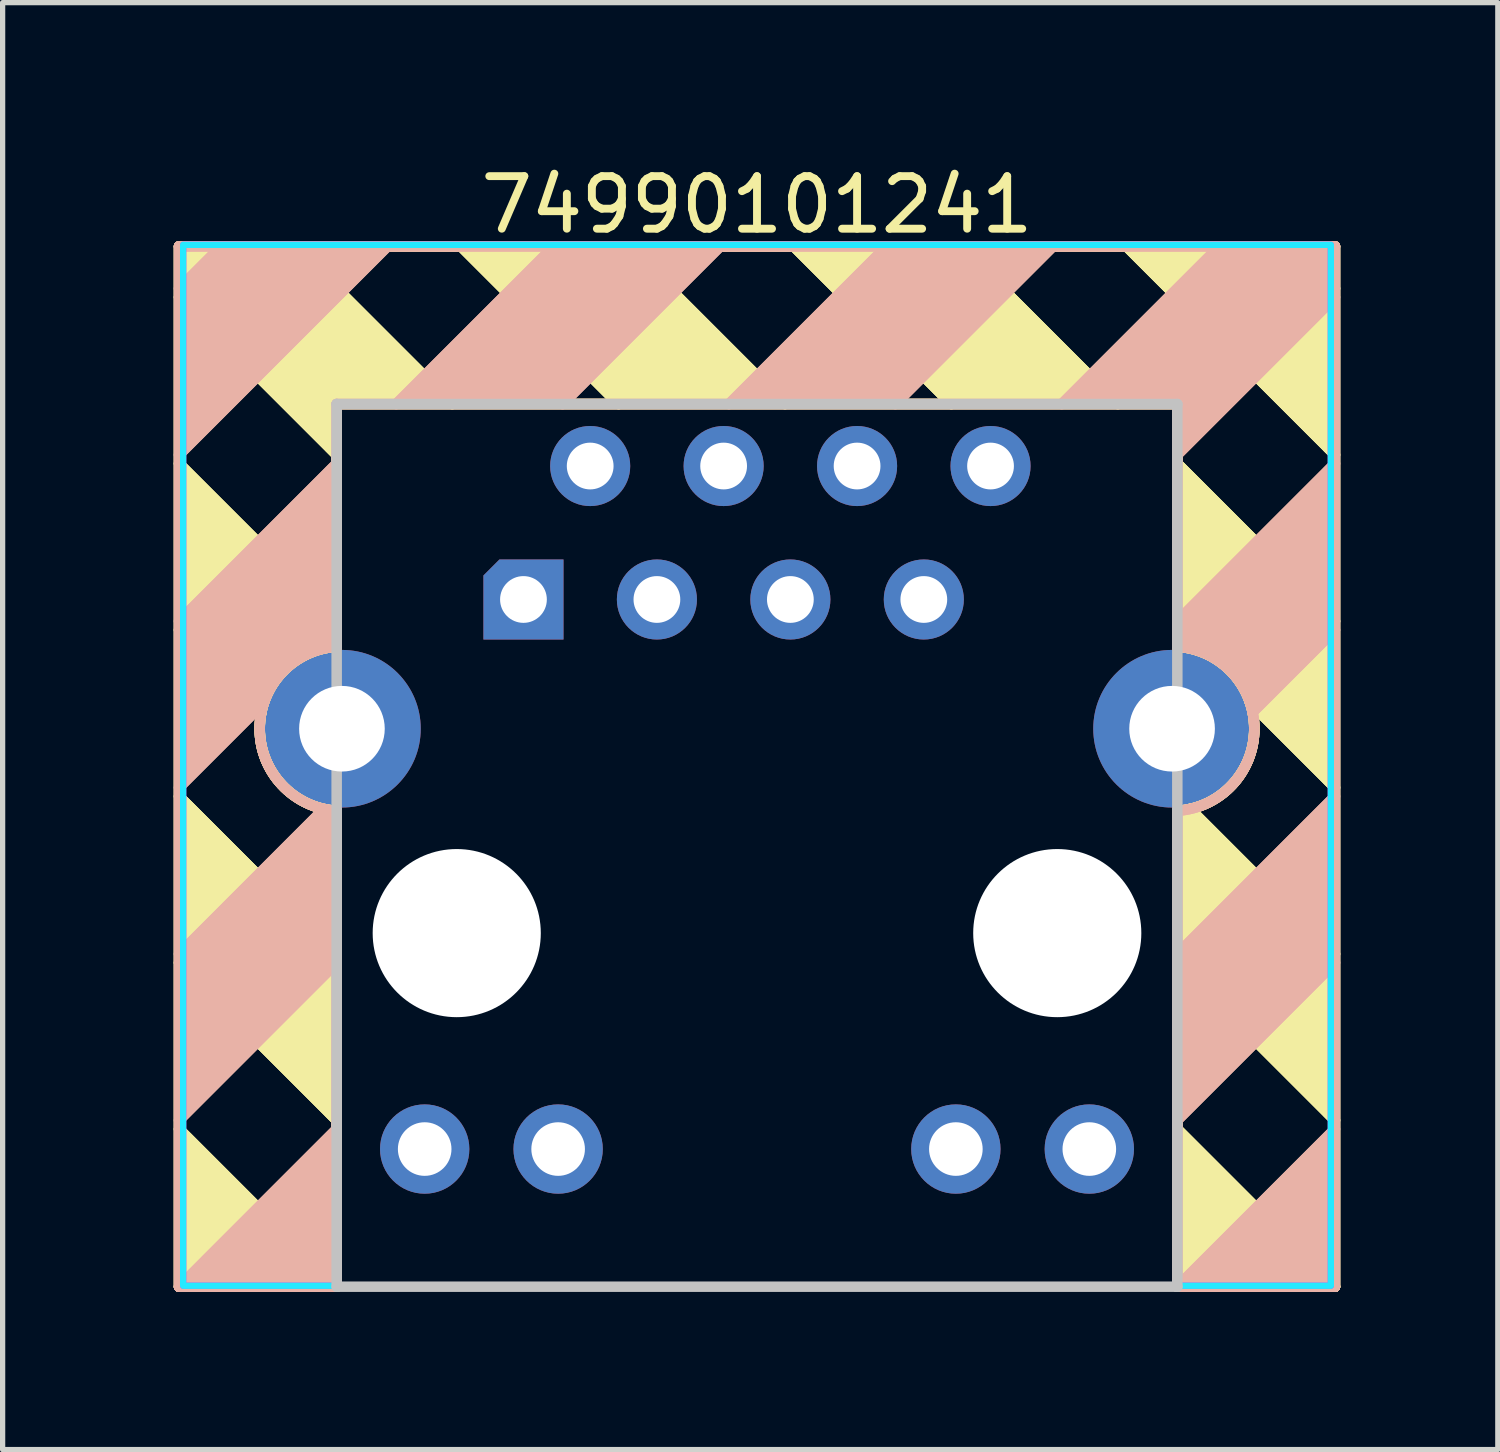
<source format=kicad_pcb>
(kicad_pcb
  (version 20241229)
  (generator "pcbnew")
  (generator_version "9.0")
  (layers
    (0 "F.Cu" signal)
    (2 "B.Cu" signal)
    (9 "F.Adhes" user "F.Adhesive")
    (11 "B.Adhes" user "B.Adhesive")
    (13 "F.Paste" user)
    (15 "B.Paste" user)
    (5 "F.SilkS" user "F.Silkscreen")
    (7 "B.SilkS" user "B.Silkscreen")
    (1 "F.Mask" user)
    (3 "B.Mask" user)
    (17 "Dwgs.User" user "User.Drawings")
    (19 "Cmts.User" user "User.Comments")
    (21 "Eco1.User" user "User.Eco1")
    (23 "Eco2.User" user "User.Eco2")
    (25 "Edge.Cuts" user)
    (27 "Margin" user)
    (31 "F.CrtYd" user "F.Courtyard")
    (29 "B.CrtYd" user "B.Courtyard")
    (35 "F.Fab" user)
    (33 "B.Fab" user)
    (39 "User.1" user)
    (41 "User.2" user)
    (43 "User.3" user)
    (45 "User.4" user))
  (footprint "74990101241"
    (layer "F.Cu")
    (at 0.25 1.532)
    (property "Reference" "74990101241" (at 11.108 -0.684 0) (unlocked yes) (layer "F.SilkS") (effects (font (size 1 1) (thickness 0.15))))
    (attr through_hole)
    (fp_line (start 0.108 0.108) (end 0.108 19.908) (stroke (width 0.2) (type solid)) (layer "F.SilkS"))
    (fp_line (start 0.108 0.108) (end 0.108 19.908) (stroke (width 0.2) (type solid)) (layer "F.SilkS"))
    (fp_line (start 0.108 0.108) (end 0.108 19.908) (stroke (width 0.2) (type solid)) (layer "F.SilkS"))
    (fp_line (start 0.108 1.075) (end 3.108 4.075) (stroke (width 0.2) (type solid)) (layer "F.SilkS"))
    (fp_line (start 0.108 1.075) (end 3.108 4.075) (stroke (width 0.2) (type solid)) (layer "F.SilkS"))
    (fp_line (start 0.108 1.075) (end 3.108 4.075) (stroke (width 0.2) (type solid)) (layer "F.SilkS"))
    (fp_line (start 0.108 7.408) (end 1.675 8.975) (stroke (width 0.2) (type solid)) (layer "F.SilkS"))
    (fp_line (start 0.108 7.408) (end 1.675 8.975) (stroke (width 0.2) (type solid)) (layer "F.SilkS"))
    (fp_line (start 0.108 7.408) (end 1.675 8.975) (stroke (width 0.2) (type solid)) (layer "F.SilkS"))
    (fp_line (start 0.108 19.908) (end 3.108 19.908) (stroke (width 0.2) (type solid)) (layer "F.SilkS"))
    (fp_line (start 0.108 19.908) (end 3.108 19.908) (stroke (width 0.2) (type solid)) (layer "F.SilkS"))
    (fp_line (start 0.108 19.908) (end 3.108 19.908) (stroke (width 0.2) (type solid)) (layer "F.SilkS"))
    (fp_line (start 2.308 0.108) (end 5.308 3.108) (stroke (width 0.2) (type solid)) (layer "F.SilkS"))
    (fp_line (start 2.308 0.108) (end 5.308 3.108) (stroke (width 0.2) (type solid)) (layer "F.SilkS"))
    (fp_line (start 2.308 0.108) (end 5.308 3.108) (stroke (width 0.2) (type solid)) (layer "F.SilkS"))
    (fp_line (start 3.108 3.108) (end 19.108 3.108) (stroke (width 0.2) (type solid)) (layer "F.SilkS"))
    (fp_line (start 3.108 3.108) (end 19.108 3.108) (stroke (width 0.2) (type solid)) (layer "F.SilkS"))
    (fp_line (start 3.108 3.108) (end 19.108 3.108) (stroke (width 0.2) (type solid)) (layer "F.SilkS"))
    (fp_line (start 3.108 7.241) (end 0.108 4.241) (stroke (width 0.2) (type solid)) (layer "F.SilkS"))
    (fp_line (start 3.108 7.241) (end 0.108 4.241) (stroke (width 0.2) (type solid)) (layer "F.SilkS"))
    (fp_line (start 3.108 7.241) (end 0.108 4.241) (stroke (width 0.2) (type solid)) (layer "F.SilkS"))
    (fp_line (start 3.108 7.726) (end 3.108 3.108) (stroke (width 0.2) (type solid)) (layer "F.SilkS"))
    (fp_line (start 3.108 7.726) (end 3.108 3.108) (stroke (width 0.2) (type solid)) (layer "F.SilkS"))
    (fp_line (start 3.108 7.726) (end 3.108 3.108) (stroke (width 0.2) (type solid)) (layer "F.SilkS"))
    (fp_line (start 3.108 13.575) (end 0.108 10.575) (stroke (width 0.2) (type solid)) (layer "F.SilkS"))
    (fp_line (start 3.108 13.575) (end 0.108 10.575) (stroke (width 0.2) (type solid)) (layer "F.SilkS"))
    (fp_line (start 3.108 13.575) (end 0.108 10.575) (stroke (width 0.2) (type solid)) (layer "F.SilkS"))
    (fp_line (start 3.108 16.741) (end 0.108 13.741) (stroke (width 0.2) (type solid)) (layer "F.SilkS"))
    (fp_line (start 3.108 16.741) (end 0.108 13.741) (stroke (width 0.2) (type solid)) (layer "F.SilkS"))
    (fp_line (start 3.108 16.741) (end 0.108 13.741) (stroke (width 0.2) (type solid)) (layer "F.SilkS"))
    (fp_line (start 3.108 19.908) (end 0.108 16.908) (stroke (width 0.2) (type solid)) (layer "F.SilkS"))
    (fp_line (start 3.108 19.908) (end 0.108 16.908) (stroke (width 0.2) (type solid)) (layer "F.SilkS"))
    (fp_line (start 3.108 19.908) (end 0.108 16.908) (stroke (width 0.2) (type solid)) (layer "F.SilkS"))
    (fp_line (start 3.108 19.908) (end 3.108 10.85) (stroke (width 0.2) (type solid)) (layer "F.SilkS"))
    (fp_line (start 3.108 19.908) (end 3.108 10.85) (stroke (width 0.2) (type solid)) (layer "F.SilkS"))
    (fp_line (start 3.108 19.908) (end 3.108 10.85) (stroke (width 0.2) (type solid)) (layer "F.SilkS"))
    (fp_line (start 8.475 3.108) (end 5.475 0.108) (stroke (width 0.2) (type solid)) (layer "F.SilkS"))
    (fp_line (start 8.475 3.108) (end 5.475 0.108) (stroke (width 0.2) (type solid)) (layer "F.SilkS"))
    (fp_line (start 8.475 3.108) (end 5.475 0.108) (stroke (width 0.2) (type solid)) (layer "F.SilkS"))
    (fp_line (start 11.641 3.108) (end 8.641 0.108) (stroke (width 0.2) (type solid)) (layer "F.SilkS"))
    (fp_line (start 11.641 3.108) (end 8.641 0.108) (stroke (width 0.2) (type solid)) (layer "F.SilkS"))
    (fp_line (start 11.641 3.108) (end 8.641 0.108) (stroke (width 0.2) (type solid)) (layer "F.SilkS"))
    (fp_line (start 14.808 3.108) (end 11.808 0.108) (stroke (width 0.2) (type solid)) (layer "F.SilkS"))
    (fp_line (start 14.808 3.108) (end 11.808 0.108) (stroke (width 0.2) (type solid)) (layer "F.SilkS"))
    (fp_line (start 14.808 3.108) (end 11.808 0.108) (stroke (width 0.2) (type solid)) (layer "F.SilkS"))
    (fp_line (start 14.975 0.108) (end 17.975 3.108) (stroke (width 0.2) (type solid)) (layer "F.SilkS"))
    (fp_line (start 14.975 0.108) (end 17.975 3.108) (stroke (width 0.2) (type solid)) (layer "F.SilkS"))
    (fp_line (start 14.975 0.108) (end 17.975 3.108) (stroke (width 0.2) (type solid)) (layer "F.SilkS"))
    (fp_line (start 19.108 3.108) (end 19.108 7.726) (stroke (width 0.2) (type solid)) (layer "F.SilkS"))
    (fp_line (start 19.108 3.108) (end 19.108 7.726) (stroke (width 0.2) (type solid)) (layer "F.SilkS"))
    (fp_line (start 19.108 3.108) (end 19.108 7.726) (stroke (width 0.2) (type solid)) (layer "F.SilkS"))
    (fp_line (start 19.108 7.408) (end 19.504 7.804) (stroke (width 0.2) (type solid)) (layer "F.SilkS"))
    (fp_line (start 19.108 7.408) (end 19.504 7.804) (stroke (width 0.2) (type solid)) (layer "F.SilkS"))
    (fp_line (start 19.108 7.408) (end 19.504 7.804) (stroke (width 0.2) (type solid)) (layer "F.SilkS"))
    (fp_line (start 19.108 10.85) (end 19.108 19.908) (stroke (width 0.2) (type solid)) (layer "F.SilkS"))
    (fp_line (start 19.108 10.85) (end 19.108 19.908) (stroke (width 0.2) (type solid)) (layer "F.SilkS"))
    (fp_line (start 19.108 10.85) (end 19.108 19.908) (stroke (width 0.2) (type solid)) (layer "F.SilkS"))
    (fp_line (start 20.492 8.792) (end 22.108 10.408) (stroke (width 0.2) (type solid)) (layer "F.SilkS"))
    (fp_line (start 20.492 8.792) (end 22.108 10.408) (stroke (width 0.2) (type solid)) (layer "F.SilkS"))
    (fp_line (start 20.492 8.792) (end 22.108 10.408) (stroke (width 0.2) (type solid)) (layer "F.SilkS"))
    (fp_line (start 22.108 0.108) (end 0.108 0.108) (stroke (width 0.2) (type solid)) (layer "F.SilkS"))
    (fp_line (start 22.108 0.108) (end 0.108 0.108) (stroke (width 0.2) (type solid)) (layer "F.SilkS"))
    (fp_line (start 22.108 0.108) (end 0.108 0.108) (stroke (width 0.2) (type solid)) (layer "F.SilkS"))
    (fp_line (start 22.108 0.908) (end 21.308 0.108) (stroke (width 0.2) (type solid)) (layer "F.SilkS"))
    (fp_line (start 22.108 0.908) (end 21.308 0.108) (stroke (width 0.2) (type solid)) (layer "F.SilkS"))
    (fp_line (start 22.108 0.908) (end 21.308 0.108) (stroke (width 0.2) (type solid)) (layer "F.SilkS"))
    (fp_line (start 22.108 4.075) (end 18.141 0.108) (stroke (width 0.2) (type solid)) (layer "F.SilkS"))
    (fp_line (start 22.108 4.075) (end 18.141 0.108) (stroke (width 0.2) (type solid)) (layer "F.SilkS"))
    (fp_line (start 22.108 4.075) (end 18.141 0.108) (stroke (width 0.2) (type solid)) (layer "F.SilkS"))
    (fp_line (start 22.108 7.241) (end 19.108 4.241) (stroke (width 0.2) (type solid)) (layer "F.SilkS"))
    (fp_line (start 22.108 7.241) (end 19.108 4.241) (stroke (width 0.2) (type solid)) (layer "F.SilkS"))
    (fp_line (start 22.108 7.241) (end 19.108 4.241) (stroke (width 0.2) (type solid)) (layer "F.SilkS"))
    (fp_line (start 22.108 13.575) (end 19.349 10.815) (stroke (width 0.2) (type solid)) (layer "F.SilkS"))
    (fp_line (start 22.108 13.575) (end 19.349 10.815) (stroke (width 0.2) (type solid)) (layer "F.SilkS"))
    (fp_line (start 22.108 13.575) (end 19.349 10.815) (stroke (width 0.2) (type solid)) (layer "F.SilkS"))
    (fp_line (start 22.108 16.741) (end 19.108 13.741) (stroke (width 0.2) (type solid)) (layer "F.SilkS"))
    (fp_line (start 22.108 16.741) (end 19.108 13.741) (stroke (width 0.2) (type solid)) (layer "F.SilkS"))
    (fp_line (start 22.108 16.741) (end 19.108 13.741) (stroke (width 0.2) (type solid)) (layer "F.SilkS"))
    (fp_line (start 22.108 19.908) (end 19.108 16.908) (stroke (width 0.2) (type solid)) (layer "F.SilkS"))
    (fp_line (start 22.108 19.908) (end 19.108 16.908) (stroke (width 0.2) (type solid)) (layer "F.SilkS"))
    (fp_line (start 22.108 19.908) (end 19.108 16.908) (stroke (width 0.2) (type solid)) (layer "F.SilkS"))
    (fp_line (start 22.108 19.908) (end 19.108 19.908) (stroke (width 0.2) (type solid)) (layer "F.SilkS"))
    (fp_line (start 22.108 19.908) (end 19.108 19.908) (stroke (width 0.2) (type solid)) (layer "F.SilkS"))
    (fp_line (start 22.108 19.908) (end 19.108 19.908) (stroke (width 0.2) (type solid)) (layer "F.SilkS"))
    (fp_line (start 22.108 19.908) (end 22.108 0.108) (stroke (width 0.2) (type solid)) (layer "F.SilkS"))
    (fp_line (start 22.108 19.908) (end 22.108 0.108) (stroke (width 0.2) (type solid)) (layer "F.SilkS"))
    (fp_line (start 22.108 19.908) (end 22.108 0.108) (stroke (width 0.2) (type solid)) (layer "F.SilkS"))
    (fp_arc (start 3.107999 10.849802) (mid 1.643 9.288) (end 3.107999 7.726198) (stroke (width 0.2) (type solid)) (layer "F.SilkS"))
    (fp_arc (start 3.107999 10.849802) (mid 1.643 9.288) (end 3.107999 7.726198) (stroke (width 0.2) (type solid)) (layer "F.SilkS"))
    (fp_arc (start 3.107999 10.849802) (mid 1.643 9.288) (end 3.107999 7.726198) (stroke (width 0.2) (type solid)) (layer "F.SilkS"))
    (fp_arc (start 19.108001 7.726198) (mid 20.573 9.288) (end 19.108001 10.849802) (stroke (width 0.2) (type solid)) (layer "F.SilkS"))
    (fp_arc (start 19.108001 7.726198) (mid 20.573 9.288) (end 19.108001 10.849802) (stroke (width 0.2) (type solid)) (layer "F.SilkS"))
    (fp_arc (start 19.108001 7.726198) (mid 20.573 9.288) (end 19.108001 10.849802) (stroke (width 0.2) (type solid)) (layer "F.SilkS"))
    (fp_poly (pts (xy 3.108 19.908) (xy 0.108 16.908) (xy 0.108 19.908)) (stroke (width 0.12) (type solid)) (fill yes) (layer "F.SilkS"))
    (fp_poly (pts (xy 22.108 19.908) (xy 19.108 16.908) (xy 19.108 19.908)) (stroke (width 0.12) (type solid)) (fill yes) (layer "F.SilkS"))
    (fp_poly (pts (xy 3.108 16.741) (xy 0.108 13.741) (xy 0.108 10.575) (xy 3.108 13.575)) (stroke (width 0.12) (type solid)) (fill yes) (layer "F.SilkS"))
    (fp_poly (pts (xy 8.475 3.108) (xy 5.475 0.108) (xy 8.641 0.108) (xy 11.641 3.108)) (stroke (width 0.12) (type solid)) (fill yes) (layer "F.SilkS"))
    (fp_poly (pts (xy 11.808 0.108) (xy 14.975 0.108) (xy 17.975 3.108) (xy 14.808 3.108)) (stroke (width 0.12) (type solid)) (fill yes) (layer "F.SilkS"))
    (fp_poly (pts (xy 18.141 0.108) (xy 22.108 4.075) (xy 22.108 0.908) (xy 21.308 0.108)) (stroke (width 0.12) (type solid)) (fill yes) (layer "F.SilkS"))
    (fp_poly (pts (xy 22.108 13.575) (xy 19.349 10.815) (xy 19.108 10.85) (xy 19.108 13.741) (xy 22.108 16.741)) (stroke (width 0.12) (type solid)) (fill yes) (layer "F.SilkS"))
    (fp_poly (pts (xy 3.108 4.075) (xy 0.108 1.075) (xy 0.108 0.108) (xy 2.308 0.108) (xy 5.308 3.108) (xy 3.108 3.108)) (stroke (width 0.12) (type solid)) (fill yes) (layer "F.SilkS"))
    (fp_poly (pts (xy 1.675 8.975) (xy 0.108 7.408) (xy 0.108 4.241) (xy 3.108 7.241) (xy 3.108 7.726) (xy 2.669 7.798) (xy 2.227 8.057) (xy 1.92 8.38)) (stroke (width 0.12) (type solid)) (fill yes) (layer "F.SilkS"))
    (fp_poly (pts (xy 19.108 4.241) (xy 22.108 7.241) (xy 22.108 10.408) (xy 20.492 8.792) (xy 20.312 8.4) (xy 20.005 8.101) (xy 19.714 7.899) (xy 19.358 7.77) (xy 19.108 7.726)) (stroke (width 0.12) (type solid)) (fill yes) (layer "F.SilkS"))
    (fp_line (start 0.108 0.108) (end 22.108 0.108) (stroke (width 0.2) (type solid)) (layer "B.SilkS"))
    (fp_line (start 0.108 0.108) (end 22.108 0.108) (stroke (width 0.2) (type solid)) (layer "B.SilkS"))
    (fp_line (start 0.108 0.908) (end 0.908 0.108) (stroke (width 0.2) (type solid)) (layer "B.SilkS"))
    (fp_line (start 0.108 0.908) (end 0.908 0.108) (stroke (width 0.2) (type solid)) (layer "B.SilkS"))
    (fp_line (start 0.108 4.075) (end 4.075 0.108) (stroke (width 0.2) (type solid)) (layer "B.SilkS"))
    (fp_line (start 0.108 4.075) (end 4.075 0.108) (stroke (width 0.2) (type solid)) (layer "B.SilkS"))
    (fp_line (start 0.108 7.241) (end 3.108 4.241) (stroke (width 0.2) (type solid)) (layer "B.SilkS"))
    (fp_line (start 0.108 7.241) (end 3.108 4.241) (stroke (width 0.2) (type solid)) (layer "B.SilkS"))
    (fp_line (start 0.108 13.575) (end 2.867 10.815) (stroke (width 0.2) (type solid)) (layer "B.SilkS"))
    (fp_line (start 0.108 13.575) (end 2.867 10.815) (stroke (width 0.2) (type solid)) (layer "B.SilkS"))
    (fp_line (start 0.108 16.741) (end 3.108 13.741) (stroke (width 0.2) (type solid)) (layer "B.SilkS"))
    (fp_line (start 0.108 16.741) (end 3.108 13.741) (stroke (width 0.2) (type solid)) (layer "B.SilkS"))
    (fp_line (start 0.108 19.908) (end 0.108 0.108) (stroke (width 0.2) (type solid)) (layer "B.SilkS"))
    (fp_line (start 0.108 19.908) (end 0.108 0.108) (stroke (width 0.2) (type solid)) (layer "B.SilkS"))
    (fp_line (start 0.108 19.908) (end 3.108 16.908) (stroke (width 0.2) (type solid)) (layer "B.SilkS"))
    (fp_line (start 0.108 19.908) (end 3.108 16.908) (stroke (width 0.2) (type solid)) (layer "B.SilkS"))
    (fp_line (start 0.108 19.908) (end 3.108 19.908) (stroke (width 0.2) (type solid)) (layer "B.SilkS"))
    (fp_line (start 0.108 19.908) (end 3.108 19.908) (stroke (width 0.2) (type solid)) (layer "B.SilkS"))
    (fp_line (start 1.724 8.792) (end 0.108 10.408) (stroke (width 0.2) (type solid)) (layer "B.SilkS"))
    (fp_line (start 1.724 8.792) (end 0.108 10.408) (stroke (width 0.2) (type solid)) (layer "B.SilkS"))
    (fp_line (start 3.108 3.108) (end 3.108 7.726) (stroke (width 0.2) (type solid)) (layer "B.SilkS"))
    (fp_line (start 3.108 3.108) (end 3.108 7.726) (stroke (width 0.2) (type solid)) (layer "B.SilkS"))
    (fp_line (start 3.108 7.408) (end 2.712 7.804) (stroke (width 0.2) (type solid)) (layer "B.SilkS"))
    (fp_line (start 3.108 7.408) (end 2.712 7.804) (stroke (width 0.2) (type solid)) (layer "B.SilkS"))
    (fp_line (start 3.108 10.85) (end 3.108 19.908) (stroke (width 0.2) (type solid)) (layer "B.SilkS"))
    (fp_line (start 3.108 10.85) (end 3.108 19.908) (stroke (width 0.2) (type solid)) (layer "B.SilkS"))
    (fp_line (start 7.241 0.108) (end 4.241 3.108) (stroke (width 0.2) (type solid)) (layer "B.SilkS"))
    (fp_line (start 7.241 0.108) (end 4.241 3.108) (stroke (width 0.2) (type solid)) (layer "B.SilkS"))
    (fp_line (start 7.408 3.108) (end 10.408 0.108) (stroke (width 0.2) (type solid)) (layer "B.SilkS"))
    (fp_line (start 7.408 3.108) (end 10.408 0.108) (stroke (width 0.2) (type solid)) (layer "B.SilkS"))
    (fp_line (start 10.575 3.108) (end 13.575 0.108) (stroke (width 0.2) (type solid)) (layer "B.SilkS"))
    (fp_line (start 10.575 3.108) (end 13.575 0.108) (stroke (width 0.2) (type solid)) (layer "B.SilkS"))
    (fp_line (start 13.741 3.108) (end 16.741 0.108) (stroke (width 0.2) (type solid)) (layer "B.SilkS"))
    (fp_line (start 13.741 3.108) (end 16.741 0.108) (stroke (width 0.2) (type solid)) (layer "B.SilkS"))
    (fp_line (start 19.108 3.108) (end 3.108 3.108) (stroke (width 0.2) (type solid)) (layer "B.SilkS"))
    (fp_line (start 19.108 3.108) (end 3.108 3.108) (stroke (width 0.2) (type solid)) (layer "B.SilkS"))
    (fp_line (start 19.108 7.241) (end 22.108 4.241) (stroke (width 0.2) (type solid)) (layer "B.SilkS"))
    (fp_line (start 19.108 7.241) (end 22.108 4.241) (stroke (width 0.2) (type solid)) (layer "B.SilkS"))
    (fp_line (start 19.108 7.726) (end 19.108 3.108) (stroke (width 0.2) (type solid)) (layer "B.SilkS"))
    (fp_line (start 19.108 7.726) (end 19.108 3.108) (stroke (width 0.2) (type solid)) (layer "B.SilkS"))
    (fp_line (start 19.108 13.575) (end 22.108 10.575) (stroke (width 0.2) (type solid)) (layer "B.SilkS"))
    (fp_line (start 19.108 13.575) (end 22.108 10.575) (stroke (width 0.2) (type solid)) (layer "B.SilkS"))
    (fp_line (start 19.108 16.741) (end 22.108 13.741) (stroke (width 0.2) (type solid)) (layer "B.SilkS"))
    (fp_line (start 19.108 16.741) (end 22.108 13.741) (stroke (width 0.2) (type solid)) (layer "B.SilkS"))
    (fp_line (start 19.108 19.908) (end 19.108 10.85) (stroke (width 0.2) (type solid)) (layer "B.SilkS"))
    (fp_line (start 19.108 19.908) (end 19.108 10.85) (stroke (width 0.2) (type solid)) (layer "B.SilkS"))
    (fp_line (start 19.108 19.908) (end 22.108 16.908) (stroke (width 0.2) (type solid)) (layer "B.SilkS"))
    (fp_line (start 19.108 19.908) (end 22.108 16.908) (stroke (width 0.2) (type solid)) (layer "B.SilkS"))
    (fp_line (start 19.908 0.108) (end 16.908 3.108) (stroke (width 0.2) (type solid)) (layer "B.SilkS"))
    (fp_line (start 19.908 0.108) (end 16.908 3.108) (stroke (width 0.2) (type solid)) (layer "B.SilkS"))
    (fp_line (start 22.108 0.108) (end 22.108 19.908) (stroke (width 0.2) (type solid)) (layer "B.SilkS"))
    (fp_line (start 22.108 0.108) (end 22.108 19.908) (stroke (width 0.2) (type solid)) (layer "B.SilkS"))
    (fp_line (start 22.108 1.075) (end 19.108 4.075) (stroke (width 0.2) (type solid)) (layer "B.SilkS"))
    (fp_line (start 22.108 1.075) (end 19.108 4.075) (stroke (width 0.2) (type solid)) (layer "B.SilkS"))
    (fp_line (start 22.108 7.408) (end 20.541 8.975) (stroke (width 0.2) (type solid)) (layer "B.SilkS"))
    (fp_line (start 22.108 7.408) (end 20.541 8.975) (stroke (width 0.2) (type solid)) (layer "B.SilkS"))
    (fp_line (start 22.108 19.908) (end 19.108 19.908) (stroke (width 0.2) (type solid)) (layer "B.SilkS"))
    (fp_line (start 22.108 19.908) (end 19.108 19.908) (stroke (width 0.2) (type solid)) (layer "B.SilkS"))
    (fp_arc (start 3.107999 10.849802) (mid 1.643 9.288) (end 3.107999 7.726198) (stroke (width 0.2) (type solid)) (layer "B.SilkS"))
    (fp_arc (start 3.107999 10.849802) (mid 1.643 9.288) (end 3.107999 7.726198) (stroke (width 0.2) (type solid)) (layer "B.SilkS"))
    (fp_arc (start 19.108001 7.726198) (mid 20.573 9.288) (end 19.108001 10.849802) (stroke (width 0.2) (type solid)) (layer "B.SilkS"))
    (fp_arc (start 19.108001 7.726198) (mid 20.573 9.288) (end 19.108001 10.849802) (stroke (width 0.2) (type solid)) (layer "B.SilkS"))
    (fp_poly (pts (xy 0.108 19.908) (xy 3.108 16.908) (xy 3.108 19.908)) (stroke (width 0.12) (type solid)) (fill yes) (layer "B.SilkS"))
    (fp_poly (pts (xy 19.108 19.908) (xy 22.108 16.908) (xy 22.108 19.908)) (stroke (width 0.12) (type solid)) (fill yes) (layer "B.SilkS"))
    (fp_poly (pts (xy 4.075 0.108) (xy 0.108 4.075) (xy 0.108 0.908) (xy 0.908 0.108)) (stroke (width 0.12) (type solid)) (fill yes) (layer "B.SilkS"))
    (fp_poly (pts (xy 10.408 0.108) (xy 7.241 0.108) (xy 4.241 3.108) (xy 7.408 3.108)) (stroke (width 0.12) (type solid)) (fill yes) (layer "B.SilkS"))
    (fp_poly (pts (xy 13.741 3.108) (xy 16.741 0.108) (xy 13.575 0.108) (xy 10.575 3.108)) (stroke (width 0.12) (type solid)) (fill yes) (layer "B.SilkS"))
    (fp_poly (pts (xy 19.108 16.741) (xy 22.108 13.741) (xy 22.108 10.575) (xy 19.108 13.575)) (stroke (width 0.12) (type solid)) (fill yes) (layer "B.SilkS"))
    (fp_poly (pts (xy 0.108 13.575) (xy 2.867 10.815) (xy 3.108 10.85) (xy 3.108 13.741) (xy 0.108 16.741)) (stroke (width 0.12) (type solid)) (fill yes) (layer "B.SilkS"))
    (fp_poly (pts (xy 19.108 4.075) (xy 22.108 1.075) (xy 22.108 0.108) (xy 19.908 0.108) (xy 16.908 3.108) (xy 19.108 3.108)) (stroke (width 0.12) (type solid)) (fill yes) (layer "B.SilkS"))
    (fp_poly (pts (xy 20.541 8.975) (xy 22.108 7.408) (xy 22.108 4.241) (xy 19.108 7.241) (xy 19.108 7.726) (xy 19.547 7.798) (xy 19.989 8.057) (xy 20.296 8.38)) (stroke (width 0.12) (type solid)) (fill yes) (layer "B.SilkS"))
    (fp_poly (pts (xy 3.108 4.241) (xy 0.108 7.241) (xy 0.108 10.408) (xy 1.724 8.792) (xy 1.904 8.4) (xy 2.211 8.101) (xy 2.502 7.899) (xy 2.858 7.77) (xy 3.108 7.726)) (stroke (width 0.12) (type solid)) (fill yes) (layer "B.SilkS"))
    (fp_line (start 3.108 3.108) (end 19.108 3.108) (stroke (width 0.2) (type solid)) (layer "Dwgs.User"))
    (fp_line (start 3.108 19.908) (end 3.108 3.108) (stroke (width 0.2) (type solid)) (layer "Dwgs.User"))
    (fp_line (start 19.108 3.108) (end 19.108 19.908) (stroke (width 0.2) (type solid)) (layer "Dwgs.User"))
    (fp_line (start 19.108 19.908) (end 3.108 19.908) (stroke (width 0.2) (type solid)) (layer "Dwgs.User"))
    (fp_rect (start 0.186 0.078) (end 22.03 19.89) (stroke (width 0.12) (type default)) (fill no) (layer "B.CrtYd"))
    (fp_rect (start 0.186 0.078) (end 22.03 19.89) (stroke (width 0.12) (type default)) (fill no) (layer "F.CrtYd"))
    (pad "" np_thru_hole circle (at 5.393 13.178) (size 3.2 3.2) (drill 3.2) (layers "*.Cu" "*.Mask"))
    (pad "" np_thru_hole circle (at 16.823 13.178) (size 3.2 3.2) (drill 3.2) (layers "*.Cu" "*.Mask"))
    (pad "1" thru_hole roundrect (at 6.663 6.828) (size 1.524 1.524) (drill 0.89) (layers "*.Cu" "*.Mask") (remove_unused_layers yes) (keep_end_layers yes) (zone_layer_connections) (roundrect_rratio 0) (chamfer_ratio 0.2) (chamfer top_left))
    (pad "2" thru_hole circle (at 7.933 4.288) (size 1.524 1.524) (drill 0.89) (layers "*.Cu" "*.Mask") (remove_unused_layers yes) (keep_end_layers yes) (zone_layer_connections))
    (pad "3" thru_hole circle (at 9.203 6.828) (size 1.524 1.524) (drill 0.89) (layers "*.Cu" "*.Mask") (remove_unused_layers yes) (keep_end_layers yes) (zone_layer_connections))
    (pad "4" thru_hole circle (at 10.473 4.288) (size 1.524 1.524) (drill 0.89) (layers "*.Cu" "*.Mask") (remove_unused_layers yes) (keep_end_layers yes) (zone_layer_connections))
    (pad "5" thru_hole circle (at 11.743 6.828) (size 1.524 1.524) (drill 0.89) (layers "*.Cu" "*.Mask") (remove_unused_layers yes) (keep_end_layers yes) (zone_layer_connections))
    (pad "6" thru_hole circle (at 13.013 4.288) (size 1.524 1.524) (drill 0.89) (layers "*.Cu" "*.Mask") (remove_unused_layers yes) (keep_end_layers yes) (zone_layer_connections))
    (pad "7" thru_hole circle (at 14.283 6.828) (size 1.524 1.524) (drill 0.89) (layers "*.Cu" "*.Mask") (remove_unused_layers yes) (keep_end_layers yes) (zone_layer_connections))
    (pad "8" thru_hole circle (at 15.553 4.288) (size 1.524 1.524) (drill 0.89) (layers "*.Cu" "*.Mask") (remove_unused_layers yes) (keep_end_layers yes) (zone_layer_connections))
    (pad "9" thru_hole circle (at 4.783 17.288) (size 1.7 1.7) (drill 1.02) (layers "*.Cu" "*.Mask"))
    (pad "10" thru_hole circle (at 7.323 17.288) (size 1.7 1.7) (drill 1.02) (layers "*.Cu" "*.Mask"))
    (pad "11" thru_hole circle (at 14.893 17.288) (size 1.7 1.7) (drill 1.02) (layers "*.Cu" "*.Mask"))
    (pad "12" thru_hole circle (at 17.433 17.288) (size 1.7 1.7) (drill 1.02) (layers "*.Cu" "*.Mask"))
    (pad "13" thru_hole circle (at 3.208 9.288) (size 3 3) (drill 1.63) (layers "*.Cu" "*.Mask") (remove_unused_layers yes) (keep_end_layers yes) (zone_layer_connections))
    (pad "14" thru_hole circle (at 19.008 9.288) (size 3 3) (drill 1.63) (layers "*.Cu" "*.Mask") (remove_unused_layers yes) (keep_end_layers yes) (zone_layer_connections)))
  (gr_rect
    (start -3 -3)
    (end 25.458 24.54)
    (stroke (width 0.1) (type default))
    (fill no)
    (layer "Edge.Cuts")))
</source>
